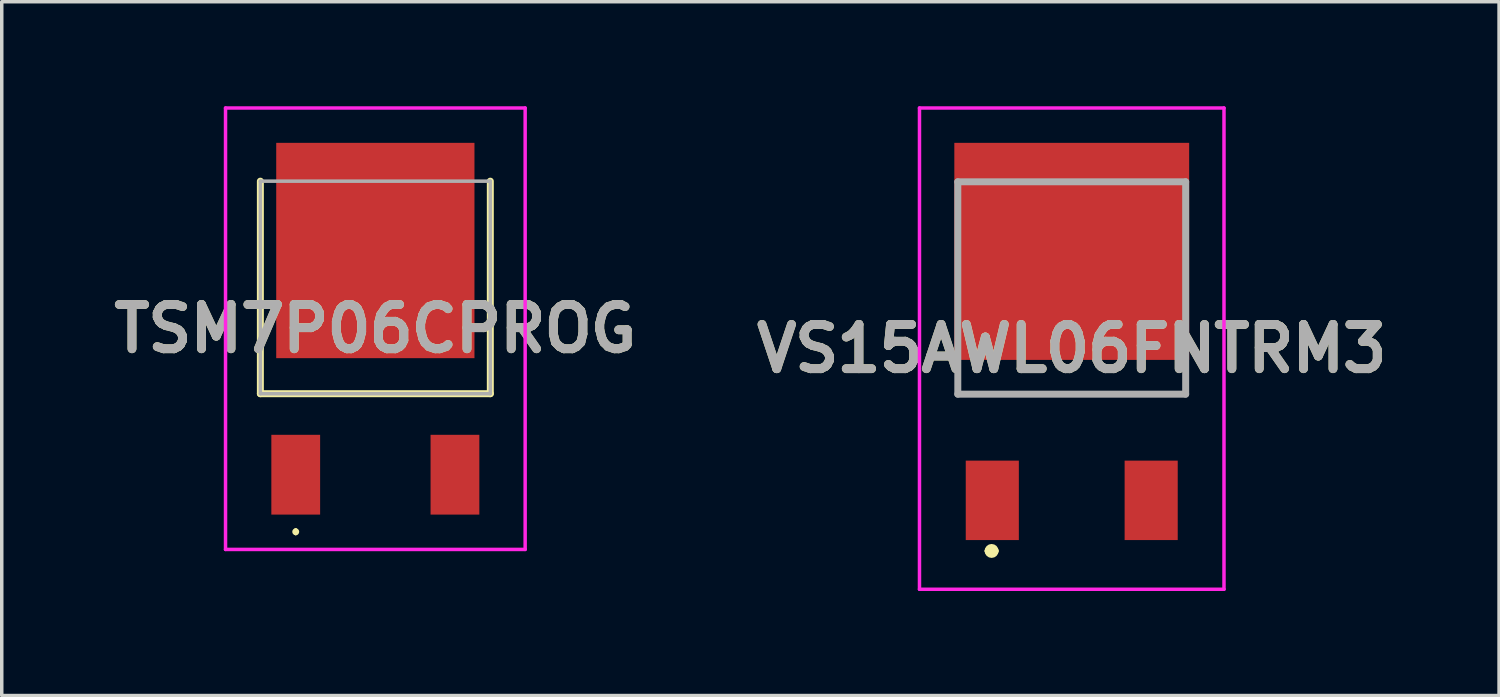
<source format=kicad_pcb>
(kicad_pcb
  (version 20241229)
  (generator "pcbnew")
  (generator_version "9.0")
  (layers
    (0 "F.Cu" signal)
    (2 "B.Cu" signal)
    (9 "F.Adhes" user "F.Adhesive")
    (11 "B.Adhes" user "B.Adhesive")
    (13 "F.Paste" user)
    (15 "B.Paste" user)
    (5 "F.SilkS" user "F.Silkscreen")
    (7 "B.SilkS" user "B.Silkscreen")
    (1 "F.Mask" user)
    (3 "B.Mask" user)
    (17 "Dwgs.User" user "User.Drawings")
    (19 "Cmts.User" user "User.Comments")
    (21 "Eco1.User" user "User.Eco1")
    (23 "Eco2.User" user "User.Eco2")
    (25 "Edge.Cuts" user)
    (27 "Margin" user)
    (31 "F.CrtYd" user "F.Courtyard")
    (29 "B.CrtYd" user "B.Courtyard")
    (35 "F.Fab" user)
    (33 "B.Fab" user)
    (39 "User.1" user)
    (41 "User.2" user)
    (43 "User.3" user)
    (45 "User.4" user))
  (footprint "VS15AWL06FNTRM3"
    (layer "F.Cu")
    (at 27.711 7.516)
    (property "Reference" "VS15AWL06FNTRM3" (at 0 -0.559 0) (layer "F.SilkS") (effects (font (size 1.27 1.27) (thickness 0.254))))
    (attr smd)
    (fp_line (start -3.27 0.247) (end -3.27 0.747) (stroke (width 0.1) (type solid)) (layer "F.SilkS"))
    (fp_line (start -3.27 0.747) (end 3.27 0.747) (stroke (width 0.1) (type solid)) (layer "F.SilkS"))
    (fp_line (start -2.4 5.247) (end -2.4 5.247) (stroke (width 0.2) (type solid)) (layer "F.SilkS"))
    (fp_line (start -2.2 5.247) (end -2.2 5.247) (stroke (width 0.2) (type solid)) (layer "F.SilkS"))
    (fp_line (start 3.27 0.747) (end 3.27 0.247) (stroke (width 0.1) (type solid)) (layer "F.SilkS"))
    (fp_arc (start -2.4 5.247) (mid -2.3 5.147) (end -2.2 5.247) (stroke (width 0.2) (type solid)) (layer "F.SilkS"))
    (fp_arc (start -2.2 5.247) (mid -2.2995 5.3475) (end -2.4 5.248) (stroke (width 0.2) (type solid)) (layer "F.SilkS"))
    (fp_line (start -4.37 -7.466) (end 4.37 -7.466) (stroke (width 0.1) (type solid)) (layer "F.CrtYd"))
    (fp_line (start -4.37 6.347) (end -4.37 -7.466) (stroke (width 0.1) (type solid)) (layer "F.CrtYd"))
    (fp_line (start 4.37 -7.466) (end 4.37 6.347) (stroke (width 0.1) (type solid)) (layer "F.CrtYd"))
    (fp_line (start 4.37 6.347) (end -4.37 6.347) (stroke (width 0.1) (type solid)) (layer "F.CrtYd"))
    (fp_line (start -3.27 -5.348) (end 3.27 -5.348) (stroke (width 0.2) (type solid)) (layer "F.Fab"))
    (fp_line (start -3.27 0.747) (end -3.27 -5.348) (stroke (width 0.2) (type solid)) (layer "F.Fab"))
    (fp_line (start 3.27 -5.348) (end 3.27 0.747) (stroke (width 0.2) (type solid)) (layer "F.Fab"))
    (fp_line (start 3.27 0.747) (end -3.27 0.747) (stroke (width 0.2) (type solid)) (layer "F.Fab"))
    (fp_text user "${REFERENCE}" (at 0 -0.559 0) (layer "F.Fab") (effects (font (size 1.27 1.27) (thickness 0.254))))
    (pad "1" smd rect (at -2.28 3.795) (size 1.524 2.28) (layers "F.Cu" "F.Mask" "F.Paste"))
    (pad "3" smd rect (at 2.28 3.795) (size 1.524 2.28) (layers "F.Cu" "F.Mask" "F.Paste"))
    (pad "4" smd rect (at 0 -3.351 90) (size 6.23 6.74) (layers "F.Cu" "F.Mask" "F.Paste")))
  (footprint "TSM7P06CPROG"
    (layer "F.Cu")
    (at 7.723 6.385)
    (property "Reference" "TSM7P06CPROG" (at 0 0 0) (layer "F.SilkS") (effects (font (size 1.27 1.27) (thickness 0.254))))
    (attr smd)
    (fp_line (start -3.3 -4.235) (end -3.3 1.865) (stroke (width 0.2) (type solid)) (layer "F.SilkS"))
    (fp_line (start -3.3 1.865) (end 3.3 1.865) (stroke (width 0.2) (type solid)) (layer "F.SilkS"))
    (fp_line (start -2.285 5.778) (end -2.285 5.778) (stroke (width 0.1) (type solid)) (layer "F.SilkS"))
    (fp_line (start -2.285 5.878) (end -2.285 5.878) (stroke (width 0.1) (type solid)) (layer "F.SilkS"))
    (fp_line (start 3.3 1.865) (end 3.3 -4.235) (stroke (width 0.2) (type solid)) (layer "F.SilkS"))
    (fp_arc (start -2.285 5.778) (mid -2.235 5.828) (end -2.285 5.878) (stroke (width 0.1) (type solid)) (layer "F.SilkS"))
    (fp_arc (start -2.285 5.878) (mid -2.335 5.828) (end -2.285 5.778) (stroke (width 0.1) (type solid)) (layer "F.SilkS"))
    (fp_line (start -4.3 -6.335) (end 4.3 -6.335) (stroke (width 0.1) (type solid)) (layer "F.CrtYd"))
    (fp_line (start -4.3 6.335) (end -4.3 -6.335) (stroke (width 0.1) (type solid)) (layer "F.CrtYd"))
    (fp_line (start 4.3 -6.335) (end 4.3 6.335) (stroke (width 0.1) (type solid)) (layer "F.CrtYd"))
    (fp_line (start 4.3 6.335) (end -4.3 6.335) (stroke (width 0.1) (type solid)) (layer "F.CrtYd"))
    (fp_line (start -3.3 -4.235) (end 3.3 -4.235) (stroke (width 0.1) (type solid)) (layer "F.Fab"))
    (fp_line (start -3.3 1.865) (end -3.3 -4.235) (stroke (width 0.1) (type solid)) (layer "F.Fab"))
    (fp_line (start 3.3 -4.235) (end 3.3 1.865) (stroke (width 0.1) (type solid)) (layer "F.Fab"))
    (fp_line (start 3.3 1.865) (end -3.3 1.865) (stroke (width 0.1) (type solid)) (layer "F.Fab"))
    (fp_text user "${REFERENCE}" (at 0 0 0) (layer "F.Fab") (effects (font (size 1.27 1.27) (thickness 0.254))))
    (pad "1" smd rect (at -2.285 4.19) (size 1.4 2.29) (layers "F.Cu" "F.Mask" "F.Paste"))
    (pad "2" smd rect (at 0 -2.245) (size 5.69 6.18) (layers "F.Cu" "F.Mask" "F.Paste"))
    (pad "3" smd rect (at 2.285 4.19) (size 1.4 2.29) (layers "F.Cu" "F.Mask" "F.Paste")))
  (gr_rect
    (start -3 -3)
    (end 39.976 16.913)
    (stroke (width 0.1) (type default))
    (fill no)
    (layer "Edge.Cuts")))
</source>
